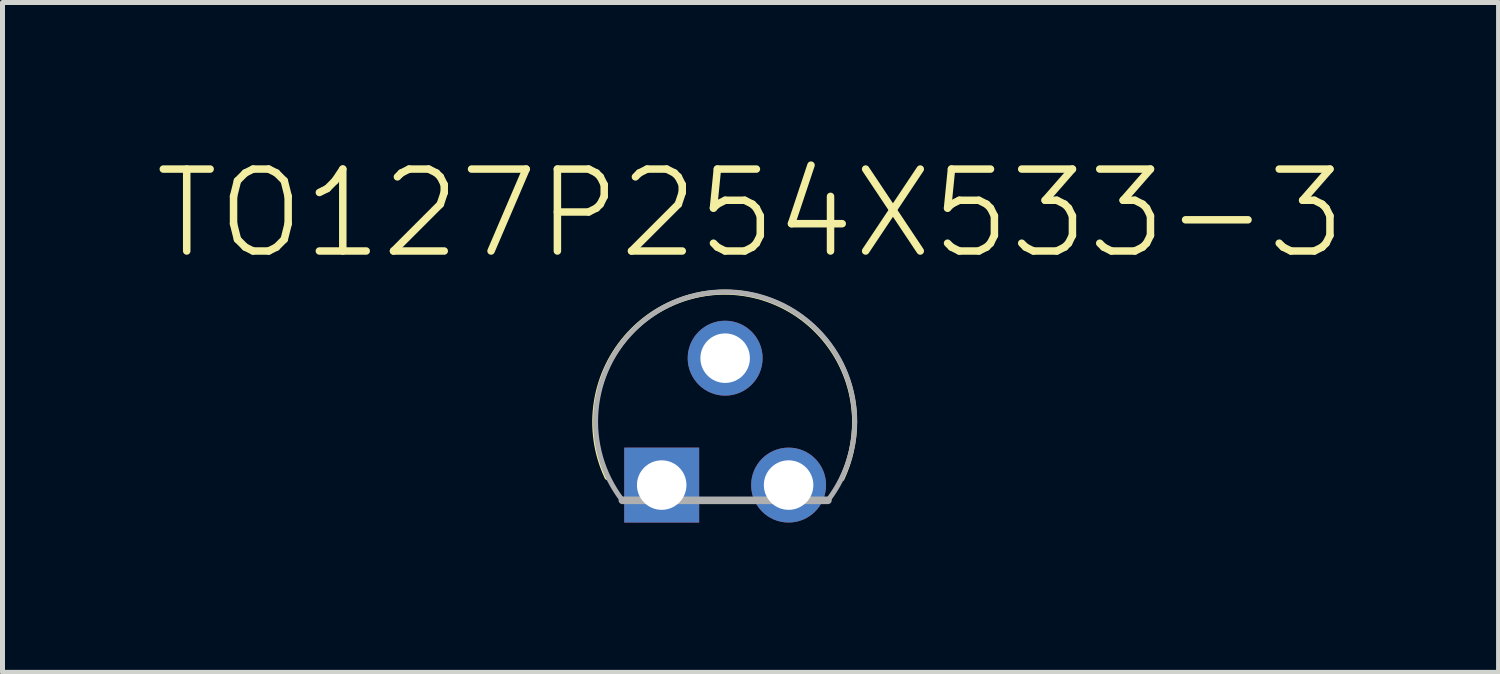
<source format=kicad_pcb>
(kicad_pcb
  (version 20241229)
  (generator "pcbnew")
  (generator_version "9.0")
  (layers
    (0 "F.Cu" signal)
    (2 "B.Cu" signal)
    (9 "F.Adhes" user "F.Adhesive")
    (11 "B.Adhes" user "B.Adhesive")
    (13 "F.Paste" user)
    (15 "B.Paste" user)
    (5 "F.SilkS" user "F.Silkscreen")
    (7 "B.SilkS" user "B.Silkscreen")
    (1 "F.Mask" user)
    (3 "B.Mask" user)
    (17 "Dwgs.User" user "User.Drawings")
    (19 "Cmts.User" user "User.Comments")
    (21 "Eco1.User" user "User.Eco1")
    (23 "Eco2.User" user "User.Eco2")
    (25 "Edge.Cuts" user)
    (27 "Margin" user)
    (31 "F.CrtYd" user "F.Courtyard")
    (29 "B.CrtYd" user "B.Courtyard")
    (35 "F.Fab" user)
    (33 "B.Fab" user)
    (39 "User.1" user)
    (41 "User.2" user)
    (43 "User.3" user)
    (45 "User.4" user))
  (footprint "TO127P254X533-3"
    (layer "F.Cu")
    (at 12.734 4.119)
    (property "Reference" "TO127P254X533-3" (at -0.762 -2.896 0) (layer "F.SilkS") (effects (font (size 1.64 1.64) (thickness 0.15))))
    (attr through_hole)
    (fp_arc (start -3.6322 2.3876) (mid -1.85195 -1.256855) (end 1.3208 1.27) (stroke (width 0.1) (type solid)) (layer "F.SilkS"))
    (fp_arc (start 1.3208 1.27) (mid 1.256389 1.855409) (end 1.0668 2.413) (stroke (width 0.1) (type solid)) (layer "F.SilkS"))
    (fp_line (start -3.327 2.845) (end 0.787 2.845) (stroke (width 0.152) (type solid)) (layer "F.Fab"))
    (fp_arc (start -3.3274 2.844799) (mid -1.27 -1.327195) (end 0.7874 2.8448) (stroke (width 0.1) (type solid)) (layer "F.Fab"))
    (pad "1" thru_hole rect (at -2.54 2.54) (size 1.499 1.499) (drill 0.991) (layers "*.Cu" "*.Mask"))
    (pad "2" thru_hole circle (at -1.27 0) (size 1.499 1.499) (drill 0.991) (layers "*.Cu" "*.Mask"))
    (pad "3" thru_hole circle (at 0 2.54) (size 1.499 1.499) (drill 0.991) (layers "*.Cu" "*.Mask")))
  (gr_rect
    (start -3 -3)
    (end 26.944 10.408)
    (stroke (width 0.1) (type default))
    (fill no)
    (layer "Edge.Cuts")))
</source>
